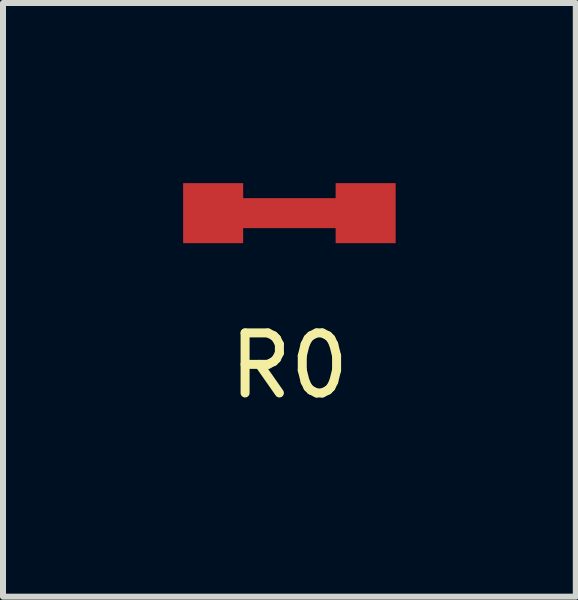
<source format=kicad_pcb>
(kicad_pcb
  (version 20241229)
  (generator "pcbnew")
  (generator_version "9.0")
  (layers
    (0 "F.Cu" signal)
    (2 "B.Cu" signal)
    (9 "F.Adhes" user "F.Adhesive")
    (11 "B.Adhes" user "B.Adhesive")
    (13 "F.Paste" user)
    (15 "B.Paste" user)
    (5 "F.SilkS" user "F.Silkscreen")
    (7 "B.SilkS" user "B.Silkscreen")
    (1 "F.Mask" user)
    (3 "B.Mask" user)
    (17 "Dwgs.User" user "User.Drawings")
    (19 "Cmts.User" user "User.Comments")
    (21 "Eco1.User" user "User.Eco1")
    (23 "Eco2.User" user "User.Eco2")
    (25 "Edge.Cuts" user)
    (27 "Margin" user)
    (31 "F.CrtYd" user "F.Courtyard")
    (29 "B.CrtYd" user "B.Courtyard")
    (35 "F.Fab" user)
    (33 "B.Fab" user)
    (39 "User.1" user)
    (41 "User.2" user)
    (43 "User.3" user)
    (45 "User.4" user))
  (footprint "R0"
    (layer "F.Cu")
    (at 1.77 0.5)
    (property "Reference" "R0" (at 0 2.54 0) (layer "F.SilkS") (effects (font (size 1 1) (thickness 0.15))))
    (attr through_hole)
    (fp_line (start -0.762 0) (end 0.762 0) (stroke (width 0.5) (type solid)) (layer "F.Cu"))
    (pad "1" smd rect (at -1.27 0) (size 1 1) (layers "F.Cu"))
    (pad "2" smd rect (at 1.27 0) (size 1 1) (layers "F.Cu")))
  (gr_rect
    (start -3 -3)
    (end 6.54 6.888)
    (stroke (width 0.1) (type default))
    (fill no)
    (layer "Edge.Cuts")))
</source>
